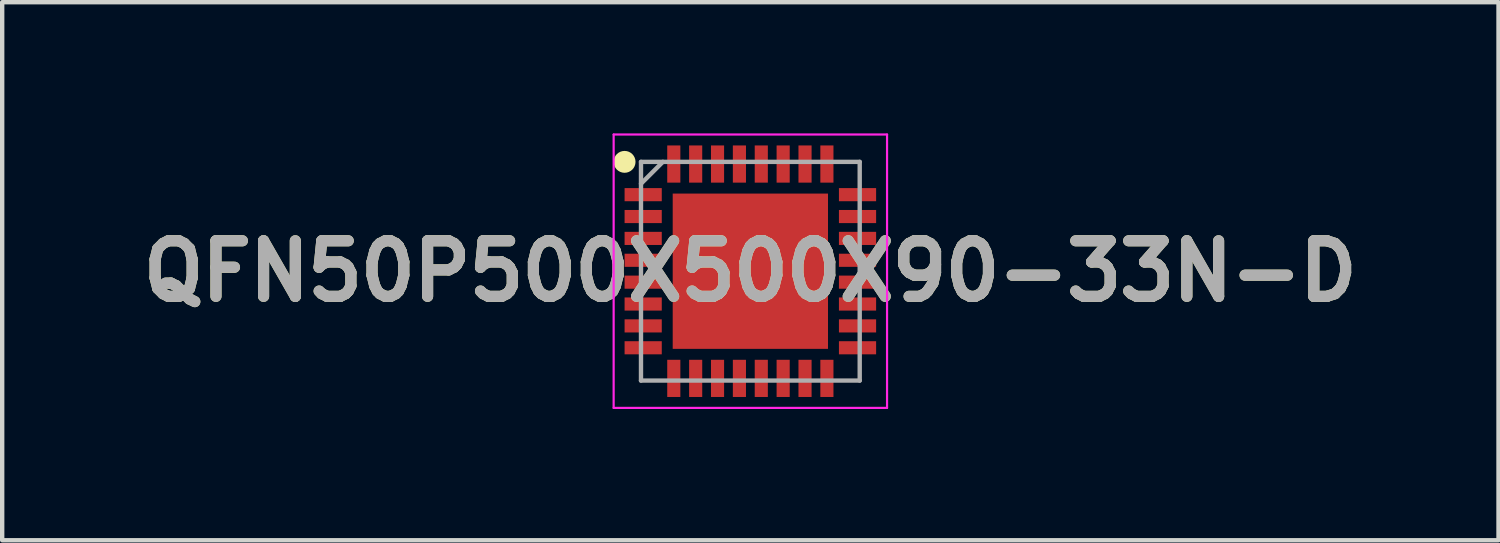
<source format=kicad_pcb>
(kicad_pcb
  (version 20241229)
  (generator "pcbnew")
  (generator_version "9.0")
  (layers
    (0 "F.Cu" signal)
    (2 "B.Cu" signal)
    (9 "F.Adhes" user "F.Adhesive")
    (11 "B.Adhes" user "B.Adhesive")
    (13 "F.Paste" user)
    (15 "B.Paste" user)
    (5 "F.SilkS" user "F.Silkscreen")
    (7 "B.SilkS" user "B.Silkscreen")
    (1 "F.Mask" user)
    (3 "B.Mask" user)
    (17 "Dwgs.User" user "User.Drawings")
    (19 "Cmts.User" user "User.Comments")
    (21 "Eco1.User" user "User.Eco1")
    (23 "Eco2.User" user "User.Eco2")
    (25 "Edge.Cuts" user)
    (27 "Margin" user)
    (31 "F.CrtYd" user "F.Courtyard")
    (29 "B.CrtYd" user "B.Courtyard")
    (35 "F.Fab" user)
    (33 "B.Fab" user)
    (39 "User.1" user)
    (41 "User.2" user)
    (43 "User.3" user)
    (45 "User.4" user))
  (footprint "QFN50P500X500X90-33N-D"
    (layer "F.Cu")
    (at 14.103 3.15)
    (property "Reference" "QFN50P500X500X90-33N-D" (at 0 0 0) (layer "F.SilkS") (effects (font (size 1.27 1.27) (thickness 0.254))))
    (attr smd)
    (fp_circle (center -2.875 -2.5) (end -2.875 -2.375) (stroke (width 0.25) (type solid)) (fill no) (layer "F.SilkS"))
    (fp_line (start -3.125 -3.125) (end 3.125 -3.125) (stroke (width 0.05) (type solid)) (layer "F.CrtYd"))
    (fp_line (start -3.125 3.125) (end -3.125 -3.125) (stroke (width 0.05) (type solid)) (layer "F.CrtYd"))
    (fp_line (start 3.125 -3.125) (end 3.125 3.125) (stroke (width 0.05) (type solid)) (layer "F.CrtYd"))
    (fp_line (start 3.125 3.125) (end -3.125 3.125) (stroke (width 0.05) (type solid)) (layer "F.CrtYd"))
    (fp_line (start -2.5 -2.5) (end 2.5 -2.5) (stroke (width 0.1) (type solid)) (layer "F.Fab"))
    (fp_line (start -2.5 -2) (end -2 -2.5) (stroke (width 0.1) (type solid)) (layer "F.Fab"))
    (fp_line (start -2.5 2.5) (end -2.5 -2.5) (stroke (width 0.1) (type solid)) (layer "F.Fab"))
    (fp_line (start 2.5 -2.5) (end 2.5 2.5) (stroke (width 0.1) (type solid)) (layer "F.Fab"))
    (fp_line (start 2.5 2.5) (end -2.5 2.5) (stroke (width 0.1) (type solid)) (layer "F.Fab"))
    (fp_text user "${REFERENCE}" (at 0 0 0) (layer "F.Fab") (effects (font (size 1.27 1.27) (thickness 0.254))))
    (pad "1" smd rect (at -2.45 -1.75 90) (size 0.3 0.85) (layers "F.Cu" "F.Mask" "F.Paste"))
    (pad "2" smd rect (at -2.45 -1.25 90) (size 0.3 0.85) (layers "F.Cu" "F.Mask" "F.Paste"))
    (pad "3" smd rect (at -2.45 -0.75 90) (size 0.3 0.85) (layers "F.Cu" "F.Mask" "F.Paste"))
    (pad "4" smd rect (at -2.45 -0.25 90) (size 0.3 0.85) (layers "F.Cu" "F.Mask" "F.Paste"))
    (pad "5" smd rect (at -2.45 0.25 90) (size 0.3 0.85) (layers "F.Cu" "F.Mask" "F.Paste"))
    (pad "6" smd rect (at -2.45 0.75 90) (size 0.3 0.85) (layers "F.Cu" "F.Mask" "F.Paste"))
    (pad "7" smd rect (at -2.45 1.25 90) (size 0.3 0.85) (layers "F.Cu" "F.Mask" "F.Paste"))
    (pad "8" smd rect (at -2.45 1.75 90) (size 0.3 0.85) (layers "F.Cu" "F.Mask" "F.Paste"))
    (pad "9" smd rect (at -1.75 2.45) (size 0.3 0.85) (layers "F.Cu" "F.Mask" "F.Paste"))
    (pad "10" smd rect (at -1.25 2.45) (size 0.3 0.85) (layers "F.Cu" "F.Mask" "F.Paste"))
    (pad "11" smd rect (at -0.75 2.45) (size 0.3 0.85) (layers "F.Cu" "F.Mask" "F.Paste"))
    (pad "12" smd rect (at -0.25 2.45) (size 0.3 0.85) (layers "F.Cu" "F.Mask" "F.Paste"))
    (pad "13" smd rect (at 0.25 2.45) (size 0.3 0.85) (layers "F.Cu" "F.Mask" "F.Paste"))
    (pad "14" smd rect (at 0.75 2.45) (size 0.3 0.85) (layers "F.Cu" "F.Mask" "F.Paste"))
    (pad "15" smd rect (at 1.25 2.45) (size 0.3 0.85) (layers "F.Cu" "F.Mask" "F.Paste"))
    (pad "16" smd rect (at 1.75 2.45) (size 0.3 0.85) (layers "F.Cu" "F.Mask" "F.Paste"))
    (pad "17" smd rect (at 2.45 1.75 90) (size 0.3 0.85) (layers "F.Cu" "F.Mask" "F.Paste"))
    (pad "18" smd rect (at 2.45 1.25 90) (size 0.3 0.85) (layers "F.Cu" "F.Mask" "F.Paste"))
    (pad "19" smd rect (at 2.45 0.75 90) (size 0.3 0.85) (layers "F.Cu" "F.Mask" "F.Paste"))
    (pad "20" smd rect (at 2.45 0.25 90) (size 0.3 0.85) (layers "F.Cu" "F.Mask" "F.Paste"))
    (pad "21" smd rect (at 2.45 -0.25 90) (size 0.3 0.85) (layers "F.Cu" "F.Mask" "F.Paste"))
    (pad "22" smd rect (at 2.45 -0.75 90) (size 0.3 0.85) (layers "F.Cu" "F.Mask" "F.Paste"))
    (pad "23" smd rect (at 2.45 -1.25 90) (size 0.3 0.85) (layers "F.Cu" "F.Mask" "F.Paste"))
    (pad "24" smd rect (at 2.45 -1.75 90) (size 0.3 0.85) (layers "F.Cu" "F.Mask" "F.Paste"))
    (pad "25" smd rect (at 1.75 -2.45) (size 0.3 0.85) (layers "F.Cu" "F.Mask" "F.Paste"))
    (pad "26" smd rect (at 1.25 -2.45) (size 0.3 0.85) (layers "F.Cu" "F.Mask" "F.Paste"))
    (pad "27" smd rect (at 0.75 -2.45) (size 0.3 0.85) (layers "F.Cu" "F.Mask" "F.Paste"))
    (pad "28" smd rect (at 0.25 -2.45) (size 0.3 0.85) (layers "F.Cu" "F.Mask" "F.Paste"))
    (pad "29" smd rect (at -0.25 -2.45) (size 0.3 0.85) (layers "F.Cu" "F.Mask" "F.Paste"))
    (pad "30" smd rect (at -0.75 -2.45) (size 0.3 0.85) (layers "F.Cu" "F.Mask" "F.Paste"))
    (pad "31" smd rect (at -1.25 -2.45) (size 0.3 0.85) (layers "F.Cu" "F.Mask" "F.Paste"))
    (pad "32" smd rect (at -1.75 -2.45) (size 0.3 0.85) (layers "F.Cu" "F.Mask" "F.Paste"))
    (pad "33" smd rect (at 0 0) (size 3.55 3.55) (layers "F.Cu" "F.Mask" "F.Paste")))
  (gr_rect
    (start -3 -3)
    (end 31.206 9.3)
    (stroke (width 0.1) (type default))
    (fill no)
    (layer "Edge.Cuts")))
</source>
